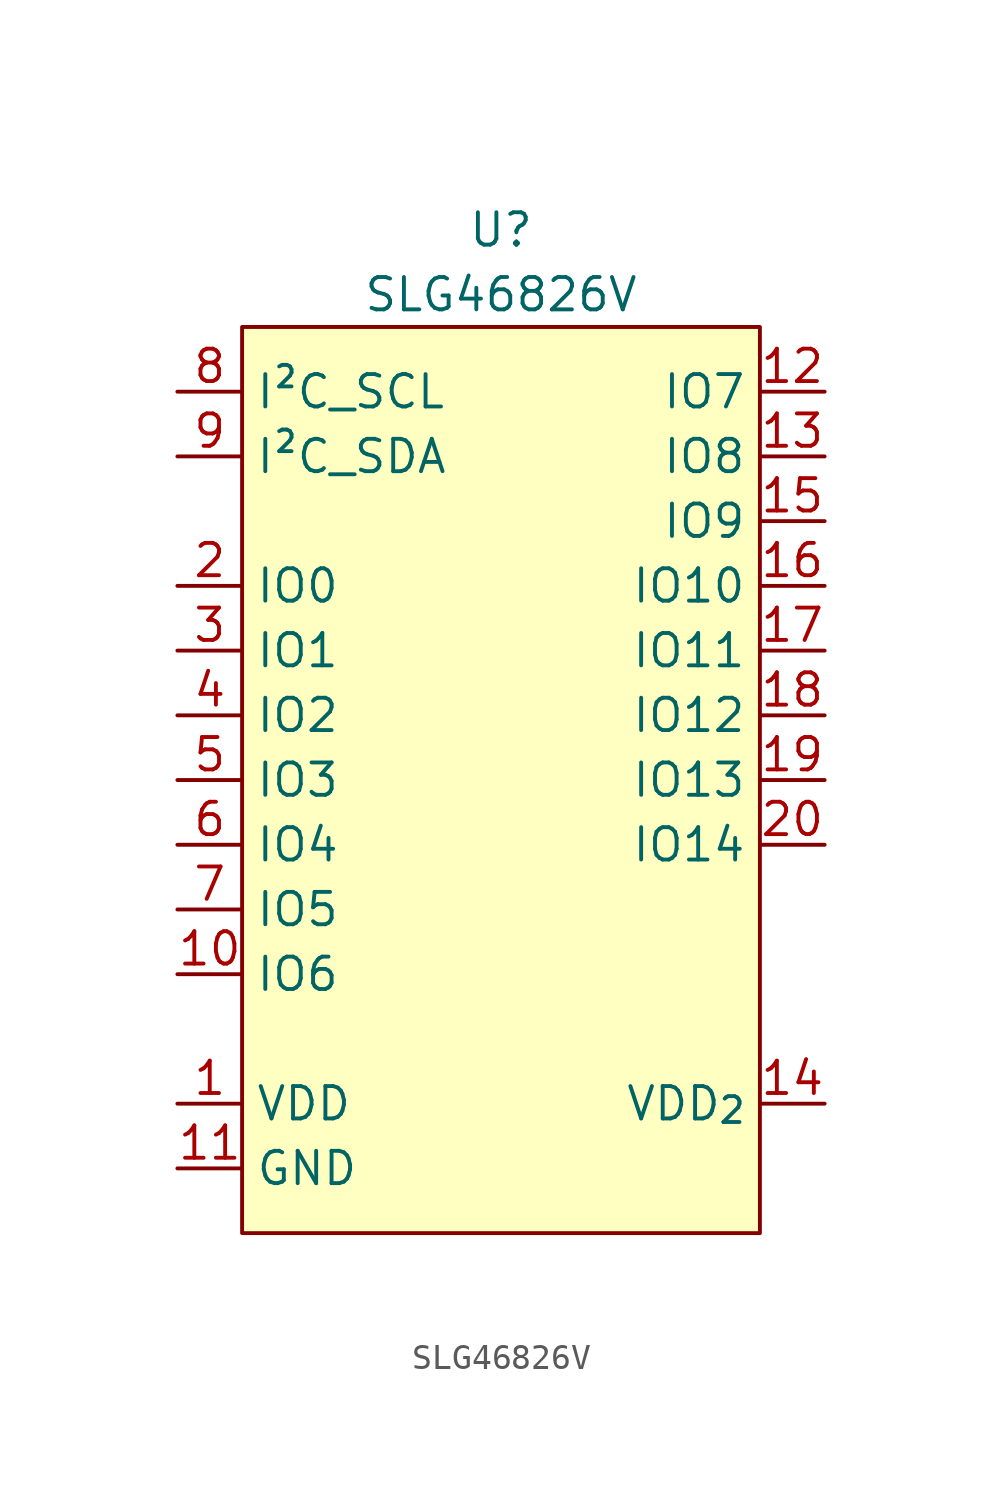
<source format=kicad_sym>
(kicad_symbol_lib
  (version 20220914)
  (generator kicad_symbol_editor)
  (symbol "SLG46826V"
    (property "Reference" "U"
      (at 0 3.81 0)
      (effects (font (size 1.27 1.27))))
    (property "Value" "SLG46826V"
      (at 0 1.27 0)
      (effects (font (size 1.27 1.27))))
    (symbol "SLG46826V_1_1"
      (rectangle (start -10.16 0) (end 10.16 -35.56) (stroke (width 0) (type default)) (fill (type background)))
      (pin power_in line (at -12.7 -30.48 0) (length 2.54) (name "VDD" (effects (font (size 1.27 1.27)))) (number "1" (effects (font (size 1.27 1.27)))))
      (pin bidirectional line (at -12.7 -25.4 0) (length 2.54) (name "IO6" (effects (font (size 1.27 1.27)))) (number "10" (effects (font (size 1.27 1.27)))))
      (pin power_in line (at -12.7 -33.02 0) (length 2.54) (name "GND" (effects (font (size 1.27 1.27)))) (number "11" (effects (font (size 1.27 1.27)))))
      (pin bidirectional line (at 12.7 -2.54 180) (length 2.54) (name "IO7" (effects (font (size 1.27 1.27)))) (number "12" (effects (font (size 1.27 1.27)))))
      (pin bidirectional line (at 12.7 -5.08 180) (length 2.54) (name "IO8" (effects (font (size 1.27 1.27)))) (number "13" (effects (font (size 1.27 1.27)))))
      (pin power_in line (at 12.7 -30.48 180) (length 2.54) (name "VDD_{2}" (effects (font (size 1.27 1.27)))) (number "14" (effects (font (size 1.27 1.27)))))
      (pin bidirectional line (at 12.7 -7.62 180) (length 2.54) (name "IO9" (effects (font (size 1.27 1.27)))) (number "15" (effects (font (size 1.27 1.27)))))
      (pin bidirectional line (at 12.7 -10.16 180) (length 2.54) (name "IO10" (effects (font (size 1.27 1.27)))) (number "16" (effects (font (size 1.27 1.27)))))
      (pin bidirectional line (at 12.7 -12.7 180) (length 2.54) (name "IO11" (effects (font (size 1.27 1.27)))) (number "17" (effects (font (size 1.27 1.27)))))
      (pin bidirectional line (at 12.7 -15.24 180) (length 2.54) (name "IO12" (effects (font (size 1.27 1.27)))) (number "18" (effects (font (size 1.27 1.27)))))
      (pin bidirectional line (at 12.7 -17.78 180) (length 2.54) (name "IO13" (effects (font (size 1.27 1.27)))) (number "19" (effects (font (size 1.27 1.27)))))
      (pin bidirectional line (at -12.7 -10.16 0) (length 2.54) (name "IO0" (effects (font (size 1.27 1.27)))) (number "2" (effects (font (size 1.27 1.27)))))
      (pin bidirectional line (at 12.7 -20.32 180) (length 2.54) (name "IO14" (effects (font (size 1.27 1.27)))) (number "20" (effects (font (size 1.27 1.27)))))
      (pin bidirectional line (at -12.7 -12.7 0) (length 2.54) (name "IO1" (effects (font (size 1.27 1.27)))) (number "3" (effects (font (size 1.27 1.27)))))
      (pin bidirectional line (at -12.7 -15.24 0) (length 2.54) (name "IO2" (effects (font (size 1.27 1.27)))) (number "4" (effects (font (size 1.27 1.27)))))
      (pin bidirectional line (at -12.7 -17.78 0) (length 2.54) (name "IO3" (effects (font (size 1.27 1.27)))) (number "5" (effects (font (size 1.27 1.27)))))
      (pin bidirectional line (at -12.7 -20.32 0) (length 2.54) (name "IO4" (effects (font (size 1.27 1.27)))) (number "6" (effects (font (size 1.27 1.27)))))
      (pin bidirectional line (at -12.7 -22.86 0) (length 2.54) (name "IO5" (effects (font (size 1.27 1.27)))) (number "7" (effects (font (size 1.27 1.27)))))
      (pin bidirectional line (at -12.7 -2.54 0) (length 2.54) (name "I²C_SCL" (effects (font (size 1.27 1.27)))) (number "8" (effects (font (size 1.27 1.27)))))
      (pin bidirectional line (at -12.7 -5.08 0) (length 2.54) (name "I²C_SDA" (effects (font (size 1.27 1.27)))) (number "9" (effects (font (size 1.27 1.27))))))))
</source>
